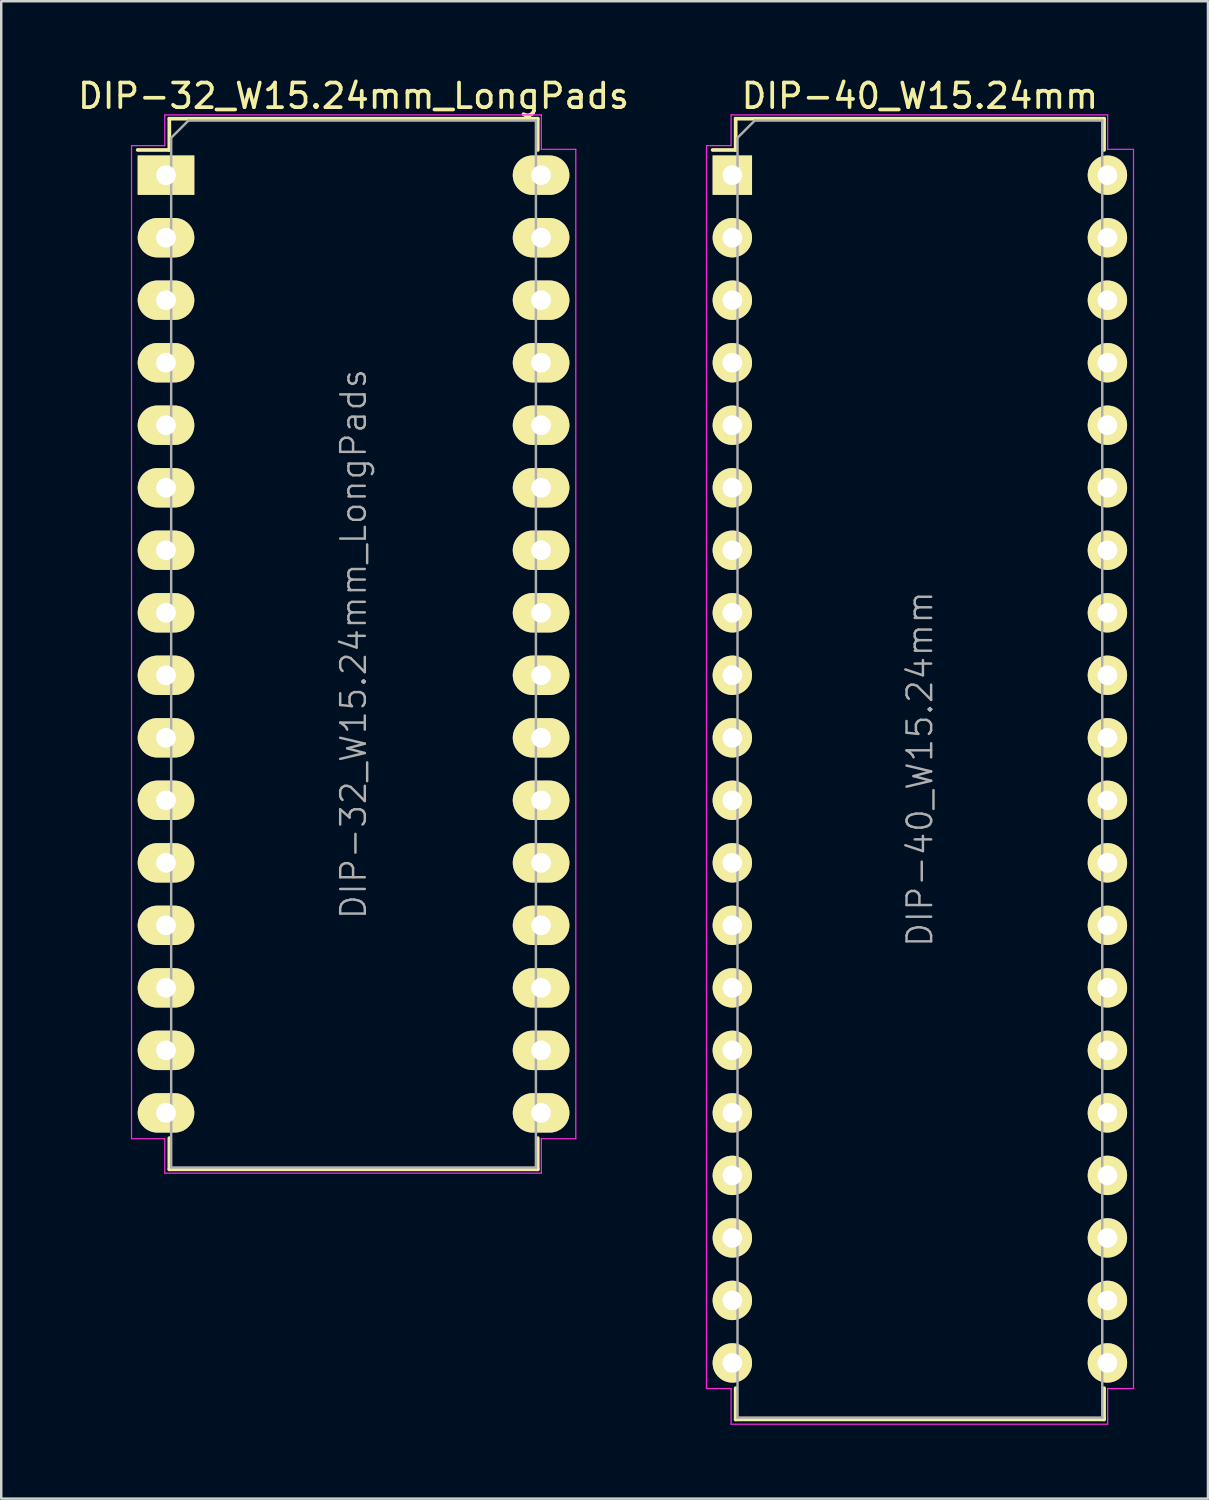
<source format=kicad_pcb>
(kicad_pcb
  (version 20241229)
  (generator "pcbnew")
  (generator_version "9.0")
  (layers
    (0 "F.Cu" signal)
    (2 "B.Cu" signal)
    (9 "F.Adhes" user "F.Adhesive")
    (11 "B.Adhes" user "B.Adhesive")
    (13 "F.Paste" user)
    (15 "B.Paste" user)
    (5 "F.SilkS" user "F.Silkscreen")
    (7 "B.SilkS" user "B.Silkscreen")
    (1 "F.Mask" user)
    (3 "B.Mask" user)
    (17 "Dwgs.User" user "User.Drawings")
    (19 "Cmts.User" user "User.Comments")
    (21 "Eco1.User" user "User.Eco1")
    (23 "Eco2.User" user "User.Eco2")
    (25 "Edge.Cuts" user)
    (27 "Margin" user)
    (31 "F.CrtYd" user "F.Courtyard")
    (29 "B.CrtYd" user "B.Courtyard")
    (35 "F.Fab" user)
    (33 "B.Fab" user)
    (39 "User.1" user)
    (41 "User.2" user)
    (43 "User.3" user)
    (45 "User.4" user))
  (footprint "DIP-40_W15.24mm"
    (layer "F.Cu")
    (at 26.706 4.068)
    (property "Reference" "DIP-40_W15.24mm" (at 7.62 -3.22 0) (layer "F.SilkS") (effects (font (size 1 1) (thickness 0.15))))
    (attr smd)
    (fp_line (start 0.135 -2.295) (end 0.135 -1.025) (stroke (width 0.15) (type solid)) (layer "F.SilkS"))
    (fp_line (start 0.135 -2.295) (end 15.105 -2.295) (stroke (width 0.15) (type solid)) (layer "F.SilkS"))
    (fp_line (start 0.135 -1.025) (end -0.8 -1.025) (stroke (width 0.15) (type solid)) (layer "F.SilkS"))
    (fp_line (start 0.135 50.555) (end 0.135 49.285) (stroke (width 0.15) (type solid)) (layer "F.SilkS"))
    (fp_line (start 0.135 50.555) (end 15.105 50.555) (stroke (width 0.15) (type solid)) (layer "F.SilkS"))
    (fp_line (start 15.105 -2.295) (end 15.105 -1.025) (stroke (width 0.15) (type solid)) (layer "F.SilkS"))
    (fp_line (start 15.105 50.555) (end 15.105 49.285) (stroke (width 0.15) (type solid)) (layer "F.SilkS"))
    (fp_line (start -1.05 -1.2) (end -1.05 49.3) (stroke (width 0.05) (type solid)) (layer "F.CrtYd"))
    (fp_line (start -1.05 -1.2) (end -0.05 -1.2) (stroke (width 0.05) (type solid)) (layer "F.CrtYd"))
    (fp_line (start -1.05 49.3) (end -0.05 49.3) (stroke (width 0.05) (type solid)) (layer "F.CrtYd"))
    (fp_line (start -0.05 -2.45) (end -0.05 -1.2) (stroke (width 0.05) (type solid)) (layer "F.CrtYd"))
    (fp_line (start -0.05 50.75) (end -0.05 49.3) (stroke (width 0.05) (type solid)) (layer "F.CrtYd"))
    (fp_line (start 15.25 -2.45) (end -0.05 -2.45) (stroke (width 0.05) (type solid)) (layer "F.CrtYd"))
    (fp_line (start 15.25 -2.45) (end 15.25 -1.05) (stroke (width 0.05) (type solid)) (layer "F.CrtYd"))
    (fp_line (start 15.25 50.75) (end -0.05 50.75) (stroke (width 0.05) (type solid)) (layer "F.CrtYd"))
    (fp_line (start 15.25 50.75) (end 15.25 49.3) (stroke (width 0.05) (type solid)) (layer "F.CrtYd"))
    (fp_line (start 16.3 -1.05) (end 15.25 -1.05) (stroke (width 0.05) (type solid)) (layer "F.CrtYd"))
    (fp_line (start 16.3 -1.05) (end 16.3 49.3) (stroke (width 0.05) (type solid)) (layer "F.CrtYd"))
    (fp_line (start 16.3 49.3) (end 15.25 49.3) (stroke (width 0.05) (type solid)) (layer "F.CrtYd"))
    (fp_line (start 0.21 -1.52) (end 0.91 -2.22) (stroke (width 0.1) (type solid)) (layer "F.Fab"))
    (fp_line (start 0.21 50.48) (end 0.21 -1.52) (stroke (width 0.1) (type solid)) (layer "F.Fab"))
    (fp_line (start 15.03 -2.22) (end 0.91 -2.22) (stroke (width 0.1) (type solid)) (layer "F.Fab"))
    (fp_line (start 15.03 50.48) (end 0.21 50.48) (stroke (width 0.1) (type solid)) (layer "F.Fab"))
    (fp_line (start 15.03 50.48) (end 15.03 -2.22) (stroke (width 0.1) (type solid)) (layer "F.Fab"))
    (fp_text user "${REFERENCE}" (at 7.62 24.13 90) (layer "F.Fab") (effects (font (size 1 1) (thickness 0.1))))
    (pad "1" thru_hole rect (at 0 0) (size 1.6 1.6) (drill 0.8) (layers "*.Cu" "*.Mask" "F.SilkS"))
    (pad "2" thru_hole oval (at 0 2.54) (size 1.6 1.6) (drill 0.8) (layers "*.Cu" "*.Mask" "F.SilkS"))
    (pad "3" thru_hole oval (at 0 5.08) (size 1.6 1.6) (drill 0.8) (layers "*.Cu" "*.Mask" "F.SilkS"))
    (pad "4" thru_hole oval (at 0 7.62) (size 1.6 1.6) (drill 0.8) (layers "*.Cu" "*.Mask" "F.SilkS"))
    (pad "5" thru_hole oval (at 0 10.16) (size 1.6 1.6) (drill 0.8) (layers "*.Cu" "*.Mask" "F.SilkS"))
    (pad "6" thru_hole oval (at 0 12.7) (size 1.6 1.6) (drill 0.8) (layers "*.Cu" "*.Mask" "F.SilkS"))
    (pad "7" thru_hole oval (at 0 15.24) (size 1.6 1.6) (drill 0.8) (layers "*.Cu" "*.Mask" "F.SilkS"))
    (pad "8" thru_hole oval (at 0 17.78) (size 1.6 1.6) (drill 0.8) (layers "*.Cu" "*.Mask" "F.SilkS"))
    (pad "9" thru_hole oval (at 0 20.32) (size 1.6 1.6) (drill 0.8) (layers "*.Cu" "*.Mask" "F.SilkS"))
    (pad "10" thru_hole oval (at 0 22.86) (size 1.6 1.6) (drill 0.8) (layers "*.Cu" "*.Mask" "F.SilkS"))
    (pad "11" thru_hole oval (at 0 25.4) (size 1.6 1.6) (drill 0.8) (layers "*.Cu" "*.Mask" "F.SilkS"))
    (pad "12" thru_hole oval (at 0 27.94) (size 1.6 1.6) (drill 0.8) (layers "*.Cu" "*.Mask" "F.SilkS"))
    (pad "13" thru_hole oval (at 0 30.48) (size 1.6 1.6) (drill 0.8) (layers "*.Cu" "*.Mask" "F.SilkS"))
    (pad "14" thru_hole oval (at 0 33.02) (size 1.6 1.6) (drill 0.8) (layers "*.Cu" "*.Mask" "F.SilkS"))
    (pad "15" thru_hole oval (at 0 35.56) (size 1.6 1.6) (drill 0.8) (layers "*.Cu" "*.Mask" "F.SilkS"))
    (pad "16" thru_hole oval (at 0 38.1) (size 1.6 1.6) (drill 0.8) (layers "*.Cu" "*.Mask" "F.SilkS"))
    (pad "17" thru_hole oval (at 0 40.64) (size 1.6 1.6) (drill 0.8) (layers "*.Cu" "*.Mask" "F.SilkS"))
    (pad "18" thru_hole oval (at 0 43.18) (size 1.6 1.6) (drill 0.8) (layers "*.Cu" "*.Mask" "F.SilkS"))
    (pad "19" thru_hole oval (at 0 45.72) (size 1.6 1.6) (drill 0.8) (layers "*.Cu" "*.Mask" "F.SilkS"))
    (pad "20" thru_hole oval (at 0 48.26) (size 1.6 1.6) (drill 0.8) (layers "*.Cu" "*.Mask" "F.SilkS"))
    (pad "21" thru_hole oval (at 15.24 48.26) (size 1.6 1.6) (drill 0.8) (layers "*.Cu" "*.Mask" "F.SilkS"))
    (pad "22" thru_hole oval (at 15.24 45.72) (size 1.6 1.6) (drill 0.8) (layers "*.Cu" "*.Mask" "F.SilkS"))
    (pad "23" thru_hole oval (at 15.24 43.18) (size 1.6 1.6) (drill 0.8) (layers "*.Cu" "*.Mask" "F.SilkS"))
    (pad "24" thru_hole oval (at 15.24 40.64) (size 1.6 1.6) (drill 0.8) (layers "*.Cu" "*.Mask" "F.SilkS"))
    (pad "25" thru_hole oval (at 15.24 38.1) (size 1.6 1.6) (drill 0.8) (layers "*.Cu" "*.Mask" "F.SilkS"))
    (pad "26" thru_hole oval (at 15.24 35.56) (size 1.6 1.6) (drill 0.8) (layers "*.Cu" "*.Mask" "F.SilkS"))
    (pad "27" thru_hole oval (at 15.24 33.02) (size 1.6 1.6) (drill 0.8) (layers "*.Cu" "*.Mask" "F.SilkS"))
    (pad "28" thru_hole oval (at 15.24 30.48) (size 1.6 1.6) (drill 0.8) (layers "*.Cu" "*.Mask" "F.SilkS"))
    (pad "29" thru_hole oval (at 15.24 27.94) (size 1.6 1.6) (drill 0.8) (layers "*.Cu" "*.Mask" "F.SilkS"))
    (pad "30" thru_hole oval (at 15.24 25.4) (size 1.6 1.6) (drill 0.8) (layers "*.Cu" "*.Mask" "F.SilkS"))
    (pad "31" thru_hole oval (at 15.24 22.86) (size 1.6 1.6) (drill 0.8) (layers "*.Cu" "*.Mask" "F.SilkS"))
    (pad "32" thru_hole oval (at 15.24 20.32) (size 1.6 1.6) (drill 0.8) (layers "*.Cu" "*.Mask" "F.SilkS"))
    (pad "33" thru_hole oval (at 15.24 17.78) (size 1.6 1.6) (drill 0.8) (layers "*.Cu" "*.Mask" "F.SilkS"))
    (pad "34" thru_hole oval (at 15.24 15.24) (size 1.6 1.6) (drill 0.8) (layers "*.Cu" "*.Mask" "F.SilkS"))
    (pad "35" thru_hole oval (at 15.24 12.7) (size 1.6 1.6) (drill 0.8) (layers "*.Cu" "*.Mask" "F.SilkS"))
    (pad "36" thru_hole oval (at 15.24 10.16) (size 1.6 1.6) (drill 0.8) (layers "*.Cu" "*.Mask" "F.SilkS"))
    (pad "37" thru_hole oval (at 15.24 7.62) (size 1.6 1.6) (drill 0.8) (layers "*.Cu" "*.Mask" "F.SilkS"))
    (pad "38" thru_hole oval (at 15.24 5.08) (size 1.6 1.6) (drill 0.8) (layers "*.Cu" "*.Mask" "F.SilkS"))
    (pad "39" thru_hole oval (at 15.24 2.54) (size 1.6 1.6) (drill 0.8) (layers "*.Cu" "*.Mask" "F.SilkS"))
    (pad "40" thru_hole oval (at 15.24 0) (size 1.6 1.6) (drill 0.8) (layers "*.Cu" "*.Mask" "F.SilkS")))
  (footprint "DIP-32_W15.24mm_LongPads"
    (layer "F.Cu")
    (at 3.695 4.068)
    (property "Reference" "DIP-32_W15.24mm_LongPads" (at 7.62 -3.22 0) (layer "F.SilkS") (effects (font (size 1 1) (thickness 0.15))))
    (attr smd)
    (fp_line (start 0.135 -2.295) (end 0.135 -1.025) (stroke (width 0.15) (type solid)) (layer "F.SilkS"))
    (fp_line (start 0.135 -2.295) (end 15.105 -2.295) (stroke (width 0.15) (type solid)) (layer "F.SilkS"))
    (fp_line (start 0.135 -1.025) (end -1.15 -1.025) (stroke (width 0.15) (type solid)) (layer "F.SilkS"))
    (fp_line (start 0.135 40.395) (end 0.135 39.125) (stroke (width 0.15) (type solid)) (layer "F.SilkS"))
    (fp_line (start 0.135 40.395) (end 15.105 40.395) (stroke (width 0.15) (type solid)) (layer "F.SilkS"))
    (fp_line (start 15.105 -2.295) (end 15.105 -1.025) (stroke (width 0.15) (type solid)) (layer "F.SilkS"))
    (fp_line (start 15.105 40.395) (end 15.105 39.125) (stroke (width 0.15) (type solid)) (layer "F.SilkS"))
    (fp_line (start -1.4 -1.2) (end -1.4 39.15) (stroke (width 0.05) (type solid)) (layer "F.CrtYd"))
    (fp_line (start -1.4 -1.2) (end -0.05 -1.2) (stroke (width 0.05) (type solid)) (layer "F.CrtYd"))
    (fp_line (start -1.4 39.15) (end -0.05 39.15) (stroke (width 0.05) (type solid)) (layer "F.CrtYd"))
    (fp_line (start -0.05 -2.45) (end -0.05 -1.2) (stroke (width 0.05) (type solid)) (layer "F.CrtYd"))
    (fp_line (start -0.05 40.55) (end -0.05 39.15) (stroke (width 0.05) (type solid)) (layer "F.CrtYd"))
    (fp_line (start 15.25 -2.45) (end -0.05 -2.45) (stroke (width 0.05) (type solid)) (layer "F.CrtYd"))
    (fp_line (start 15.25 -2.45) (end 15.25 -1.05) (stroke (width 0.05) (type solid)) (layer "F.CrtYd"))
    (fp_line (start 15.25 40.55) (end -0.05 40.55) (stroke (width 0.05) (type solid)) (layer "F.CrtYd"))
    (fp_line (start 15.25 40.55) (end 15.25 39.15) (stroke (width 0.05) (type solid)) (layer "F.CrtYd"))
    (fp_line (start 16.65 -1.05) (end 15.25 -1.05) (stroke (width 0.05) (type solid)) (layer "F.CrtYd"))
    (fp_line (start 16.65 -1.05) (end 16.65 39.15) (stroke (width 0.05) (type solid)) (layer "F.CrtYd"))
    (fp_line (start 16.65 39.15) (end 15.25 39.15) (stroke (width 0.05) (type solid)) (layer "F.CrtYd"))
    (fp_line (start 0.21 -1.52) (end 0.91 -2.22) (stroke (width 0.1) (type solid)) (layer "F.Fab"))
    (fp_line (start 0.21 40.32) (end 0.21 -1.52) (stroke (width 0.1) (type solid)) (layer "F.Fab"))
    (fp_line (start 15.03 -2.22) (end 0.91 -2.22) (stroke (width 0.1) (type solid)) (layer "F.Fab"))
    (fp_line (start 15.03 40.32) (end 0.21 40.32) (stroke (width 0.1) (type solid)) (layer "F.Fab"))
    (fp_line (start 15.03 40.32) (end 15.03 -2.22) (stroke (width 0.1) (type solid)) (layer "F.Fab"))
    (fp_text user "${REFERENCE}" (at 7.62 19.05 90) (layer "F.Fab") (effects (font (size 1 1) (thickness 0.1))))
    (pad "1" thru_hole rect (at 0 0) (size 2.3 1.6) (drill 0.8) (layers "*.Cu" "*.Mask" "F.SilkS"))
    (pad "2" thru_hole oval (at 0 2.54) (size 2.3 1.6) (drill 0.8) (layers "*.Cu" "*.Mask" "F.SilkS"))
    (pad "3" thru_hole oval (at 0 5.08) (size 2.3 1.6) (drill 0.8) (layers "*.Cu" "*.Mask" "F.SilkS"))
    (pad "4" thru_hole oval (at 0 7.62) (size 2.3 1.6) (drill 0.8) (layers "*.Cu" "*.Mask" "F.SilkS"))
    (pad "5" thru_hole oval (at 0 10.16) (size 2.3 1.6) (drill 0.8) (layers "*.Cu" "*.Mask" "F.SilkS"))
    (pad "6" thru_hole oval (at 0 12.7) (size 2.3 1.6) (drill 0.8) (layers "*.Cu" "*.Mask" "F.SilkS"))
    (pad "7" thru_hole oval (at 0 15.24) (size 2.3 1.6) (drill 0.8) (layers "*.Cu" "*.Mask" "F.SilkS"))
    (pad "8" thru_hole oval (at 0 17.78) (size 2.3 1.6) (drill 0.8) (layers "*.Cu" "*.Mask" "F.SilkS"))
    (pad "9" thru_hole oval (at 0 20.32) (size 2.3 1.6) (drill 0.8) (layers "*.Cu" "*.Mask" "F.SilkS"))
    (pad "10" thru_hole oval (at 0 22.86) (size 2.3 1.6) (drill 0.8) (layers "*.Cu" "*.Mask" "F.SilkS"))
    (pad "11" thru_hole oval (at 0 25.4) (size 2.3 1.6) (drill 0.8) (layers "*.Cu" "*.Mask" "F.SilkS"))
    (pad "12" thru_hole oval (at 0 27.94) (size 2.3 1.6) (drill 0.8) (layers "*.Cu" "*.Mask" "F.SilkS"))
    (pad "13" thru_hole oval (at 0 30.48) (size 2.3 1.6) (drill 0.8) (layers "*.Cu" "*.Mask" "F.SilkS"))
    (pad "14" thru_hole oval (at 0 33.02) (size 2.3 1.6) (drill 0.8) (layers "*.Cu" "*.Mask" "F.SilkS"))
    (pad "15" thru_hole oval (at 0 35.56) (size 2.3 1.6) (drill 0.8) (layers "*.Cu" "*.Mask" "F.SilkS"))
    (pad "16" thru_hole oval (at 0 38.1) (size 2.3 1.6) (drill 0.8) (layers "*.Cu" "*.Mask" "F.SilkS"))
    (pad "17" thru_hole oval (at 15.24 38.1) (size 2.3 1.6) (drill 0.8) (layers "*.Cu" "*.Mask" "F.SilkS"))
    (pad "18" thru_hole oval (at 15.24 35.56) (size 2.3 1.6) (drill 0.8) (layers "*.Cu" "*.Mask" "F.SilkS"))
    (pad "19" thru_hole oval (at 15.24 33.02) (size 2.3 1.6) (drill 0.8) (layers "*.Cu" "*.Mask" "F.SilkS"))
    (pad "20" thru_hole oval (at 15.24 30.48) (size 2.3 1.6) (drill 0.8) (layers "*.Cu" "*.Mask" "F.SilkS"))
    (pad "21" thru_hole oval (at 15.24 27.94) (size 2.3 1.6) (drill 0.8) (layers "*.Cu" "*.Mask" "F.SilkS"))
    (pad "22" thru_hole oval (at 15.24 25.4) (size 2.3 1.6) (drill 0.8) (layers "*.Cu" "*.Mask" "F.SilkS"))
    (pad "23" thru_hole oval (at 15.24 22.86) (size 2.3 1.6) (drill 0.8) (layers "*.Cu" "*.Mask" "F.SilkS"))
    (pad "24" thru_hole oval (at 15.24 20.32) (size 2.3 1.6) (drill 0.8) (layers "*.Cu" "*.Mask" "F.SilkS"))
    (pad "25" thru_hole oval (at 15.24 17.78) (size 2.3 1.6) (drill 0.8) (layers "*.Cu" "*.Mask" "F.SilkS"))
    (pad "26" thru_hole oval (at 15.24 15.24) (size 2.3 1.6) (drill 0.8) (layers "*.Cu" "*.Mask" "F.SilkS"))
    (pad "27" thru_hole oval (at 15.24 12.7) (size 2.3 1.6) (drill 0.8) (layers "*.Cu" "*.Mask" "F.SilkS"))
    (pad "28" thru_hole oval (at 15.24 10.16) (size 2.3 1.6) (drill 0.8) (layers "*.Cu" "*.Mask" "F.SilkS"))
    (pad "29" thru_hole oval (at 15.24 7.62) (size 2.3 1.6) (drill 0.8) (layers "*.Cu" "*.Mask" "F.SilkS"))
    (pad "30" thru_hole oval (at 15.24 5.08) (size 2.3 1.6) (drill 0.8) (layers "*.Cu" "*.Mask" "F.SilkS"))
    (pad "31" thru_hole oval (at 15.24 2.54) (size 2.3 1.6) (drill 0.8) (layers "*.Cu" "*.Mask" "F.SilkS"))
    (pad "32" thru_hole oval (at 15.24 0) (size 2.3 1.6) (drill 0.8) (layers "*.Cu" "*.Mask" "F.SilkS")))
  (gr_rect
    (start -3 -3)
    (end 46.031 57.843)
    (stroke (width 0.1) (type default))
    (fill no)
    (layer "Edge.Cuts")))
</source>
